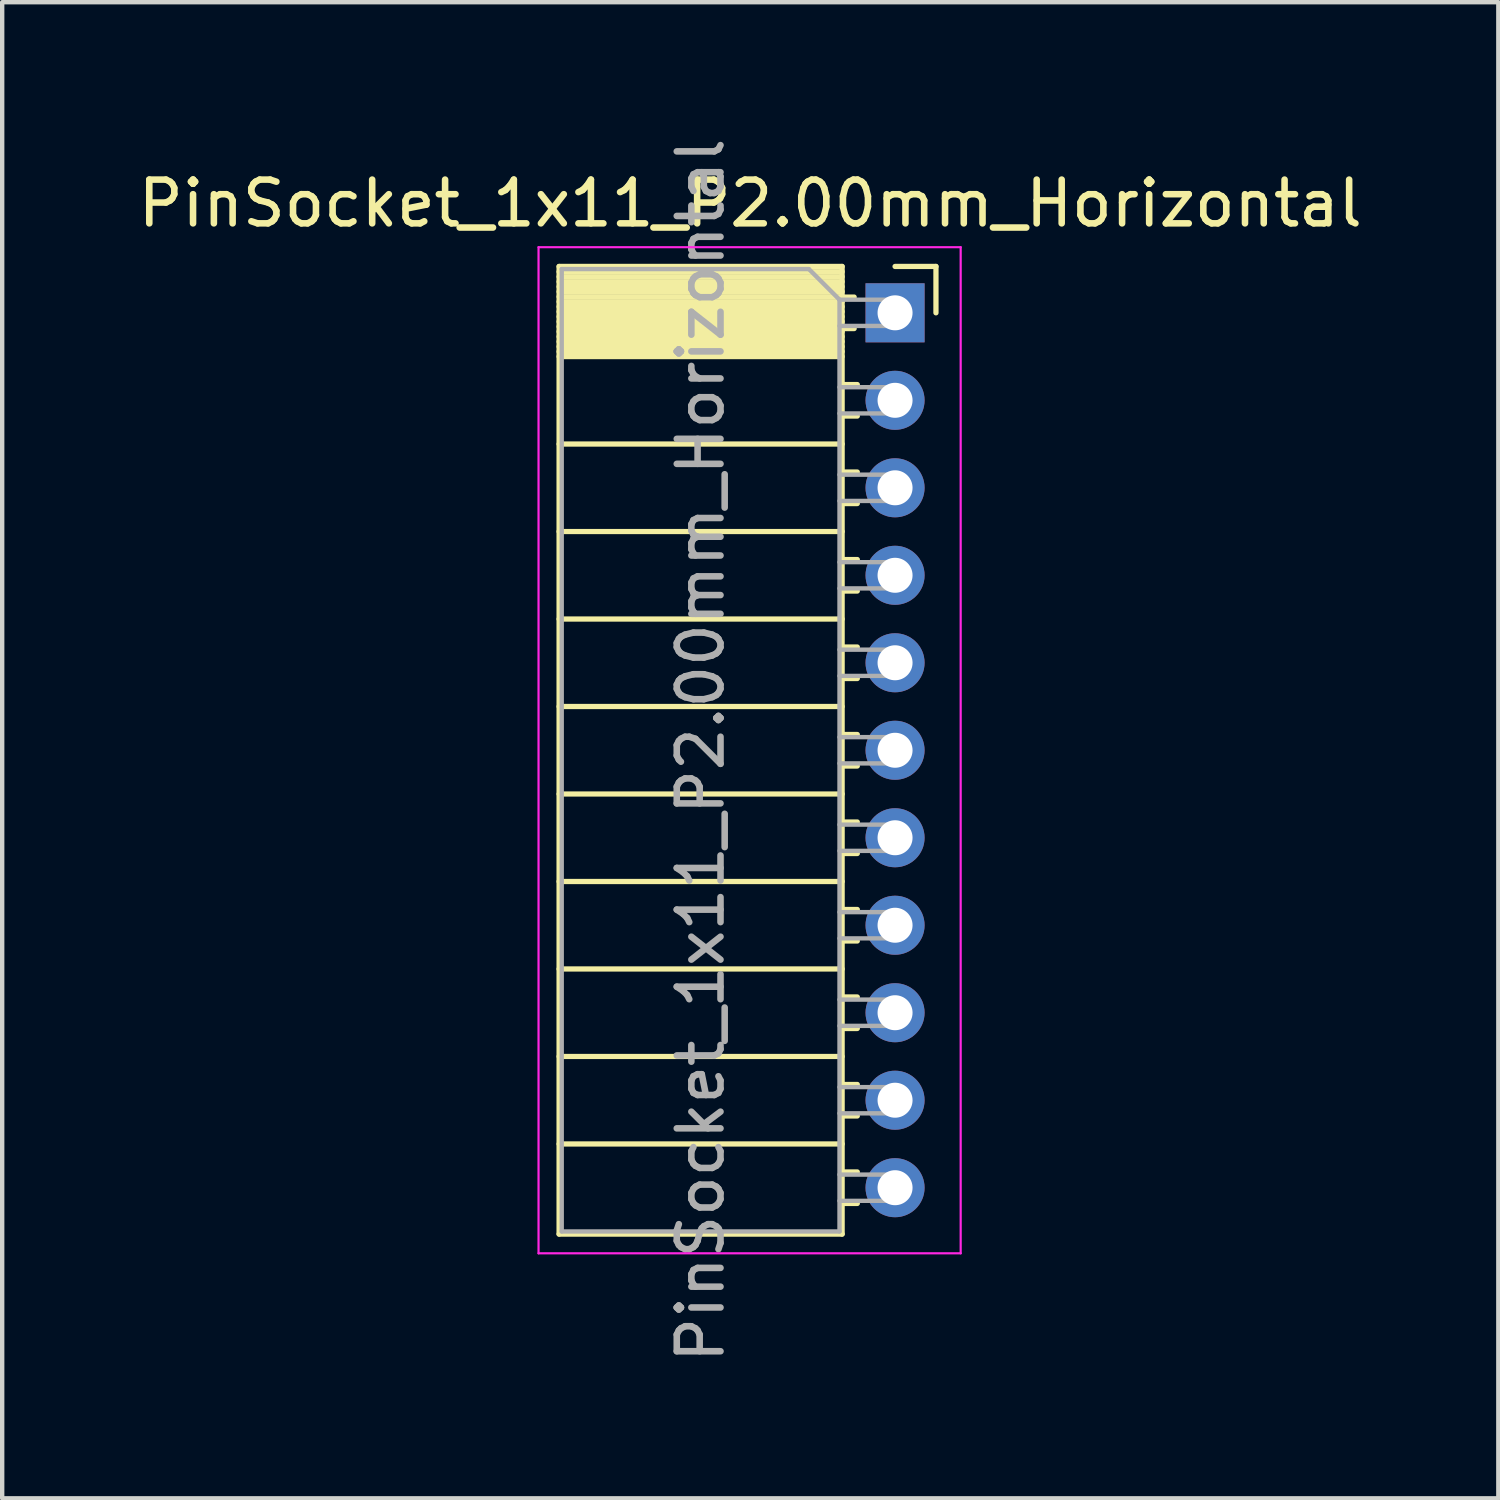
<source format=kicad_pcb>
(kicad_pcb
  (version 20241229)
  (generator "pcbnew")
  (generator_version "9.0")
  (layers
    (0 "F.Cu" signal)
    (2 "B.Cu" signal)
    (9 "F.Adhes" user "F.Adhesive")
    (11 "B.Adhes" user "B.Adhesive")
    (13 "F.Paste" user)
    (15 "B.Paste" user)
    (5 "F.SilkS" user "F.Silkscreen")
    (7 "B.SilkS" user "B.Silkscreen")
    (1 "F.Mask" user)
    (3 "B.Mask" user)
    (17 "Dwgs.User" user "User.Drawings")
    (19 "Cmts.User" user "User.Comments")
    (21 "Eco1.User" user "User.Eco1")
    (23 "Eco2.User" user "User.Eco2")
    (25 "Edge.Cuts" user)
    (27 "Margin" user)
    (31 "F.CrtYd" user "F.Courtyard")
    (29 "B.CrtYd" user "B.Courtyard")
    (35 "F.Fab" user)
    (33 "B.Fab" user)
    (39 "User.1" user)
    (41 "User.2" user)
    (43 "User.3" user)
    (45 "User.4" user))
  (footprint "PinSocket_1x11_P2.00mm_Horizontal"
    (layer "F.Cu")
    (at 17.411 4.101)
    (property "Reference" "PinSocket_1x11_P2.00mm_Horizontal" (at -3.31 -2.5 0) (layer "F.SilkS") (effects (font (size 1 1) (thickness 0.15))))
    (attr through_hole)
    (fp_line (start -7.68 -1.06) (end -7.68 21.06) (stroke (width 0.12) (type solid)) (layer "F.SilkS"))
    (fp_line (start -7.68 -1.06) (end -1.21 -1.06) (stroke (width 0.12) (type solid)) (layer "F.SilkS"))
    (fp_line (start -7.68 -0.94) (end -1.21 -0.94) (stroke (width 0.12) (type solid)) (layer "F.SilkS"))
    (fp_line (start -7.68 -0.826) (end -1.21 -0.826) (stroke (width 0.12) (type solid)) (layer "F.SilkS"))
    (fp_line (start -7.68 -0.712) (end -1.21 -0.712) (stroke (width 0.12) (type solid)) (layer "F.SilkS"))
    (fp_line (start -7.68 -0.598) (end -1.21 -0.598) (stroke (width 0.12) (type solid)) (layer "F.SilkS"))
    (fp_line (start -7.68 -0.484) (end -1.21 -0.484) (stroke (width 0.12) (type solid)) (layer "F.SilkS"))
    (fp_line (start -7.68 -0.369) (end -1.21 -0.369) (stroke (width 0.12) (type solid)) (layer "F.SilkS"))
    (fp_line (start -7.68 -0.255) (end -1.21 -0.255) (stroke (width 0.12) (type solid)) (layer "F.SilkS"))
    (fp_line (start -7.68 -0.141) (end -1.21 -0.141) (stroke (width 0.12) (type solid)) (layer "F.SilkS"))
    (fp_line (start -7.68 -0.027) (end -1.21 -0.027) (stroke (width 0.12) (type solid)) (layer "F.SilkS"))
    (fp_line (start -7.68 0.087) (end -1.21 0.087) (stroke (width 0.12) (type solid)) (layer "F.SilkS"))
    (fp_line (start -7.68 0.201) (end -1.21 0.201) (stroke (width 0.12) (type solid)) (layer "F.SilkS"))
    (fp_line (start -7.68 0.315) (end -1.21 0.315) (stroke (width 0.12) (type solid)) (layer "F.SilkS"))
    (fp_line (start -7.68 0.429) (end -1.21 0.429) (stroke (width 0.12) (type solid)) (layer "F.SilkS"))
    (fp_line (start -7.68 0.544) (end -1.21 0.544) (stroke (width 0.12) (type solid)) (layer "F.SilkS"))
    (fp_line (start -7.68 0.658) (end -1.21 0.658) (stroke (width 0.12) (type solid)) (layer "F.SilkS"))
    (fp_line (start -7.68 0.772) (end -1.21 0.772) (stroke (width 0.12) (type solid)) (layer "F.SilkS"))
    (fp_line (start -7.68 0.886) (end -1.21 0.886) (stroke (width 0.12) (type solid)) (layer "F.SilkS"))
    (fp_line (start -7.68 1) (end -1.21 1) (stroke (width 0.12) (type solid)) (layer "F.SilkS"))
    (fp_line (start -7.68 3) (end -1.21 3) (stroke (width 0.12) (type solid)) (layer "F.SilkS"))
    (fp_line (start -7.68 5) (end -1.21 5) (stroke (width 0.12) (type solid)) (layer "F.SilkS"))
    (fp_line (start -7.68 7) (end -1.21 7) (stroke (width 0.12) (type solid)) (layer "F.SilkS"))
    (fp_line (start -7.68 9) (end -1.21 9) (stroke (width 0.12) (type solid)) (layer "F.SilkS"))
    (fp_line (start -7.68 11) (end -1.21 11) (stroke (width 0.12) (type solid)) (layer "F.SilkS"))
    (fp_line (start -7.68 13) (end -1.21 13) (stroke (width 0.12) (type solid)) (layer "F.SilkS"))
    (fp_line (start -7.68 15) (end -1.21 15) (stroke (width 0.12) (type solid)) (layer "F.SilkS"))
    (fp_line (start -7.68 17) (end -1.21 17) (stroke (width 0.12) (type solid)) (layer "F.SilkS"))
    (fp_line (start -7.68 19) (end -1.21 19) (stroke (width 0.12) (type solid)) (layer "F.SilkS"))
    (fp_line (start -7.68 21.06) (end -1.21 21.06) (stroke (width 0.12) (type solid)) (layer "F.SilkS"))
    (fp_line (start -1.21 -1.06) (end -1.21 21.06) (stroke (width 0.12) (type solid)) (layer "F.SilkS"))
    (fp_line (start -1.21 -0.36) (end -0.935 -0.36) (stroke (width 0.12) (type solid)) (layer "F.SilkS"))
    (fp_line (start -1.21 0.36) (end -0.935 0.36) (stroke (width 0.12) (type solid)) (layer "F.SilkS"))
    (fp_line (start -1.21 1.64) (end -0.863 1.64) (stroke (width 0.12) (type solid)) (layer "F.SilkS"))
    (fp_line (start -1.21 2.36) (end -0.863 2.36) (stroke (width 0.12) (type solid)) (layer "F.SilkS"))
    (fp_line (start -1.21 3.64) (end -0.863 3.64) (stroke (width 0.12) (type solid)) (layer "F.SilkS"))
    (fp_line (start -1.21 4.36) (end -0.863 4.36) (stroke (width 0.12) (type solid)) (layer "F.SilkS"))
    (fp_line (start -1.21 5.64) (end -0.863 5.64) (stroke (width 0.12) (type solid)) (layer "F.SilkS"))
    (fp_line (start -1.21 6.36) (end -0.863 6.36) (stroke (width 0.12) (type solid)) (layer "F.SilkS"))
    (fp_line (start -1.21 7.64) (end -0.863 7.64) (stroke (width 0.12) (type solid)) (layer "F.SilkS"))
    (fp_line (start -1.21 8.36) (end -0.863 8.36) (stroke (width 0.12) (type solid)) (layer "F.SilkS"))
    (fp_line (start -1.21 9.64) (end -0.863 9.64) (stroke (width 0.12) (type solid)) (layer "F.SilkS"))
    (fp_line (start -1.21 10.36) (end -0.863 10.36) (stroke (width 0.12) (type solid)) (layer "F.SilkS"))
    (fp_line (start -1.21 11.64) (end -0.863 11.64) (stroke (width 0.12) (type solid)) (layer "F.SilkS"))
    (fp_line (start -1.21 12.36) (end -0.863 12.36) (stroke (width 0.12) (type solid)) (layer "F.SilkS"))
    (fp_line (start -1.21 13.64) (end -0.863 13.64) (stroke (width 0.12) (type solid)) (layer "F.SilkS"))
    (fp_line (start -1.21 14.36) (end -0.863 14.36) (stroke (width 0.12) (type solid)) (layer "F.SilkS"))
    (fp_line (start -1.21 15.64) (end -0.863 15.64) (stroke (width 0.12) (type solid)) (layer "F.SilkS"))
    (fp_line (start -1.21 16.36) (end -0.863 16.36) (stroke (width 0.12) (type solid)) (layer "F.SilkS"))
    (fp_line (start -1.21 17.64) (end -0.863 17.64) (stroke (width 0.12) (type solid)) (layer "F.SilkS"))
    (fp_line (start -1.21 18.36) (end -0.863 18.36) (stroke (width 0.12) (type solid)) (layer "F.SilkS"))
    (fp_line (start -1.21 19.64) (end -0.863 19.64) (stroke (width 0.12) (type solid)) (layer "F.SilkS"))
    (fp_line (start -1.21 20.36) (end -0.863 20.36) (stroke (width 0.12) (type solid)) (layer "F.SilkS"))
    (fp_line (start 0 -1.06) (end 0.935 -1.06) (stroke (width 0.12) (type solid)) (layer "F.SilkS"))
    (fp_line (start 0.935 -1.06) (end 0.935 0) (stroke (width 0.12) (type solid)) (layer "F.SilkS"))
    (fp_line (start -8.15 -1.5) (end -8.15 21.5) (stroke (width 0.05) (type solid)) (layer "F.CrtYd"))
    (fp_line (start -8.15 21.5) (end 1.5 21.5) (stroke (width 0.05) (type solid)) (layer "F.CrtYd"))
    (fp_line (start 1.5 -1.5) (end -8.15 -1.5) (stroke (width 0.05) (type solid)) (layer "F.CrtYd"))
    (fp_line (start 1.5 21.5) (end 1.5 -1.5) (stroke (width 0.05) (type solid)) (layer "F.CrtYd"))
    (fp_line (start -7.62 -1) (end -1.97 -1) (stroke (width 0.1) (type solid)) (layer "F.Fab"))
    (fp_line (start -7.62 21) (end -7.62 -1) (stroke (width 0.1) (type solid)) (layer "F.Fab"))
    (fp_line (start -1.97 -1) (end -1.27 -0.3) (stroke (width 0.1) (type solid)) (layer "F.Fab"))
    (fp_line (start -1.27 -0.3) (end -1.27 21) (stroke (width 0.1) (type solid)) (layer "F.Fab"))
    (fp_line (start -1.27 0.3) (end 0 0.3) (stroke (width 0.1) (type solid)) (layer "F.Fab"))
    (fp_line (start -1.27 2.3) (end 0 2.3) (stroke (width 0.1) (type solid)) (layer "F.Fab"))
    (fp_line (start -1.27 4.3) (end 0 4.3) (stroke (width 0.1) (type solid)) (layer "F.Fab"))
    (fp_line (start -1.27 6.3) (end 0 6.3) (stroke (width 0.1) (type solid)) (layer "F.Fab"))
    (fp_line (start -1.27 8.3) (end 0 8.3) (stroke (width 0.1) (type solid)) (layer "F.Fab"))
    (fp_line (start -1.27 10.3) (end 0 10.3) (stroke (width 0.1) (type solid)) (layer "F.Fab"))
    (fp_line (start -1.27 12.3) (end 0 12.3) (stroke (width 0.1) (type solid)) (layer "F.Fab"))
    (fp_line (start -1.27 14.3) (end 0 14.3) (stroke (width 0.1) (type solid)) (layer "F.Fab"))
    (fp_line (start -1.27 16.3) (end 0 16.3) (stroke (width 0.1) (type solid)) (layer "F.Fab"))
    (fp_line (start -1.27 18.3) (end 0 18.3) (stroke (width 0.1) (type solid)) (layer "F.Fab"))
    (fp_line (start -1.27 20.3) (end 0 20.3) (stroke (width 0.1) (type solid)) (layer "F.Fab"))
    (fp_line (start -1.27 21) (end -7.62 21) (stroke (width 0.1) (type solid)) (layer "F.Fab"))
    (fp_line (start 0 -0.3) (end -1.27 -0.3) (stroke (width 0.1) (type solid)) (layer "F.Fab"))
    (fp_line (start 0 0.3) (end 0 -0.3) (stroke (width 0.1) (type solid)) (layer "F.Fab"))
    (fp_line (start 0 1.7) (end -1.27 1.7) (stroke (width 0.1) (type solid)) (layer "F.Fab"))
    (fp_line (start 0 2.3) (end 0 1.7) (stroke (width 0.1) (type solid)) (layer "F.Fab"))
    (fp_line (start 0 3.7) (end -1.27 3.7) (stroke (width 0.1) (type solid)) (layer "F.Fab"))
    (fp_line (start 0 4.3) (end 0 3.7) (stroke (width 0.1) (type solid)) (layer "F.Fab"))
    (fp_line (start 0 5.7) (end -1.27 5.7) (stroke (width 0.1) (type solid)) (layer "F.Fab"))
    (fp_line (start 0 6.3) (end 0 5.7) (stroke (width 0.1) (type solid)) (layer "F.Fab"))
    (fp_line (start 0 7.7) (end -1.27 7.7) (stroke (width 0.1) (type solid)) (layer "F.Fab"))
    (fp_line (start 0 8.3) (end 0 7.7) (stroke (width 0.1) (type solid)) (layer "F.Fab"))
    (fp_line (start 0 9.7) (end -1.27 9.7) (stroke (width 0.1) (type solid)) (layer "F.Fab"))
    (fp_line (start 0 10.3) (end 0 9.7) (stroke (width 0.1) (type solid)) (layer "F.Fab"))
    (fp_line (start 0 11.7) (end -1.27 11.7) (stroke (width 0.1) (type solid)) (layer "F.Fab"))
    (fp_line (start 0 12.3) (end 0 11.7) (stroke (width 0.1) (type solid)) (layer "F.Fab"))
    (fp_line (start 0 13.7) (end -1.27 13.7) (stroke (width 0.1) (type solid)) (layer "F.Fab"))
    (fp_line (start 0 14.3) (end 0 13.7) (stroke (width 0.1) (type solid)) (layer "F.Fab"))
    (fp_line (start 0 15.7) (end -1.27 15.7) (stroke (width 0.1) (type solid)) (layer "F.Fab"))
    (fp_line (start 0 16.3) (end 0 15.7) (stroke (width 0.1) (type solid)) (layer "F.Fab"))
    (fp_line (start 0 17.7) (end -1.27 17.7) (stroke (width 0.1) (type solid)) (layer "F.Fab"))
    (fp_line (start 0 18.3) (end 0 17.7) (stroke (width 0.1) (type solid)) (layer "F.Fab"))
    (fp_line (start 0 19.7) (end -1.27 19.7) (stroke (width 0.1) (type solid)) (layer "F.Fab"))
    (fp_line (start 0 20.3) (end 0 19.7) (stroke (width 0.1) (type solid)) (layer "F.Fab"))
    (fp_text user "${REFERENCE}" (at -4.445 10 90) (layer "F.Fab") (effects (font (size 1 1) (thickness 0.15))))
    (pad "1" thru_hole rect (at 0 0) (size 1.35 1.35) (drill 0.8) (layers "*.Cu" "*.Mask"))
    (pad "2" thru_hole circle (at 0 2) (size 1.35 1.35) (drill 0.8) (layers "*.Cu" "*.Mask"))
    (pad "3" thru_hole circle (at 0 4) (size 1.35 1.35) (drill 0.8) (layers "*.Cu" "*.Mask"))
    (pad "4" thru_hole circle (at 0 6) (size 1.35 1.35) (drill 0.8) (layers "*.Cu" "*.Mask"))
    (pad "5" thru_hole circle (at 0 8) (size 1.35 1.35) (drill 0.8) (layers "*.Cu" "*.Mask"))
    (pad "6" thru_hole circle (at 0 10) (size 1.35 1.35) (drill 0.8) (layers "*.Cu" "*.Mask"))
    (pad "7" thru_hole circle (at 0 12) (size 1.35 1.35) (drill 0.8) (layers "*.Cu" "*.Mask"))
    (pad "8" thru_hole circle (at 0 14) (size 1.35 1.35) (drill 0.8) (layers "*.Cu" "*.Mask"))
    (pad "9" thru_hole circle (at 0 16) (size 1.35 1.35) (drill 0.8) (layers "*.Cu" "*.Mask"))
    (pad "10" thru_hole circle (at 0 18) (size 1.35 1.35) (drill 0.8) (layers "*.Cu" "*.Mask"))
    (pad "11" thru_hole circle (at 0 20) (size 1.35 1.35) (drill 0.8) (layers "*.Cu" "*.Mask")))
  (gr_rect
    (start -3 -3)
    (end 31.202 31.202)
    (stroke (width 0.1) (type default))
    (fill no)
    (layer "Edge.Cuts")))
</source>
